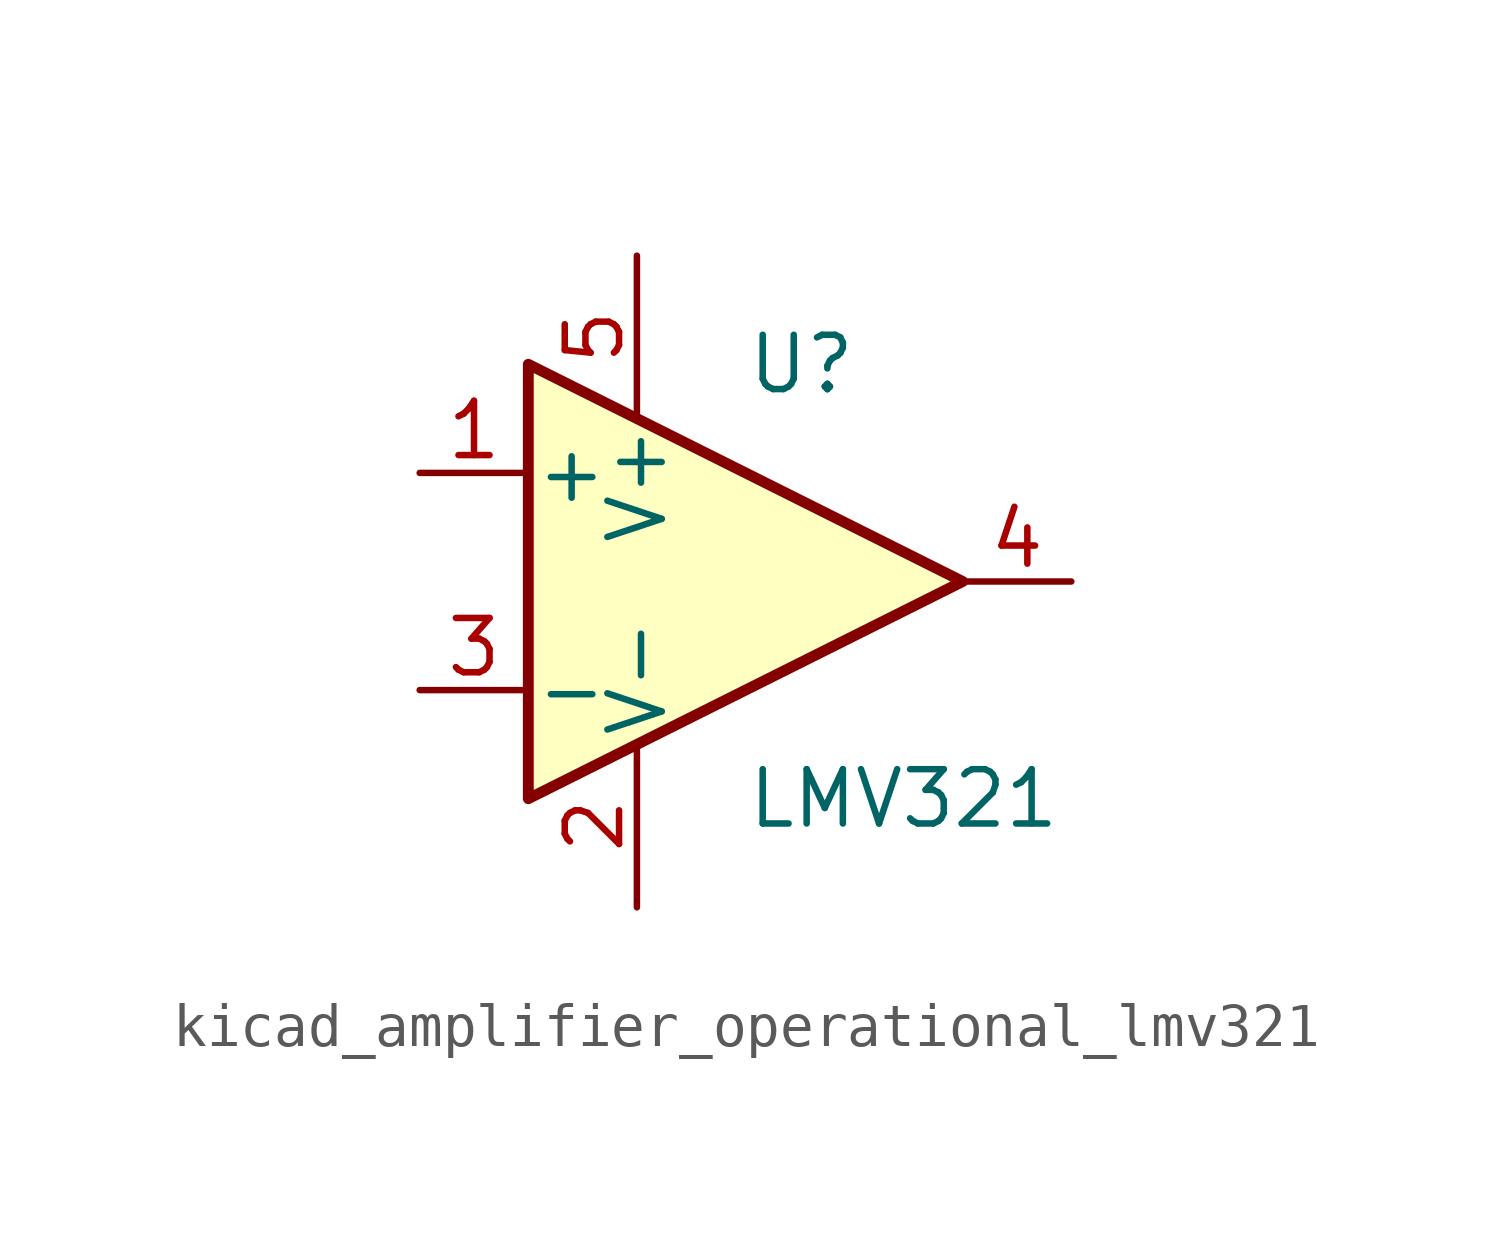
<source format=kicad_sym>
(kicad_symbol_lib
  (version 20220914)
  (generator kicad_symbol_editor)
  (symbol "kicad_amplifier_operational_lmv321"
    (pin_names
      (offset 0.127))
    (property "Reference" "U"
      (at 0 5.08 0)
      (effects (font (size 1.27 1.27)) (justify left)))
    (property "Value" "LMV321"
      (at 0 -5.08 0)
      (effects (font (size 1.27 1.27)) (justify left)))
    (symbol "kicad_amplifier_operational_lmv321_0_1"
      (polyline (pts (xy -5.08 5.08) (xy 5.08 0) (xy -5.08 -5.08) (xy -5.08 5.08)) (stroke (width 0.254) (type default)) (fill (type background)))
      (pin power_in line (at -2.54 -7.62 90) (length 3.81) (name "V-" (effects (font (size 1.27 1.27)))) (number "2" (effects (font (size 1.27 1.27)))))
      (pin power_in line (at -2.54 7.62 270) (length 3.81) (name "V+" (effects (font (size 1.27 1.27)))) (number "5" (effects (font (size 1.27 1.27))))))
    (symbol "kicad_amplifier_operational_lmv321_1_1"
      (pin input line (at -7.62 2.54 0) (length 2.54) (name "+" (effects (font (size 1.27 1.27)))) (number "1" (effects (font (size 1.27 1.27)))))
      (pin input line (at -7.62 -2.54 0) (length 2.54) (name "-" (effects (font (size 1.27 1.27)))) (number "3" (effects (font (size 1.27 1.27)))))
      (pin output line (at 7.62 0 180) (length 2.54) (name "~" (effects (font (size 1.27 1.27)))) (number "4" (effects (font (size 1.27 1.27))))))))
</source>
